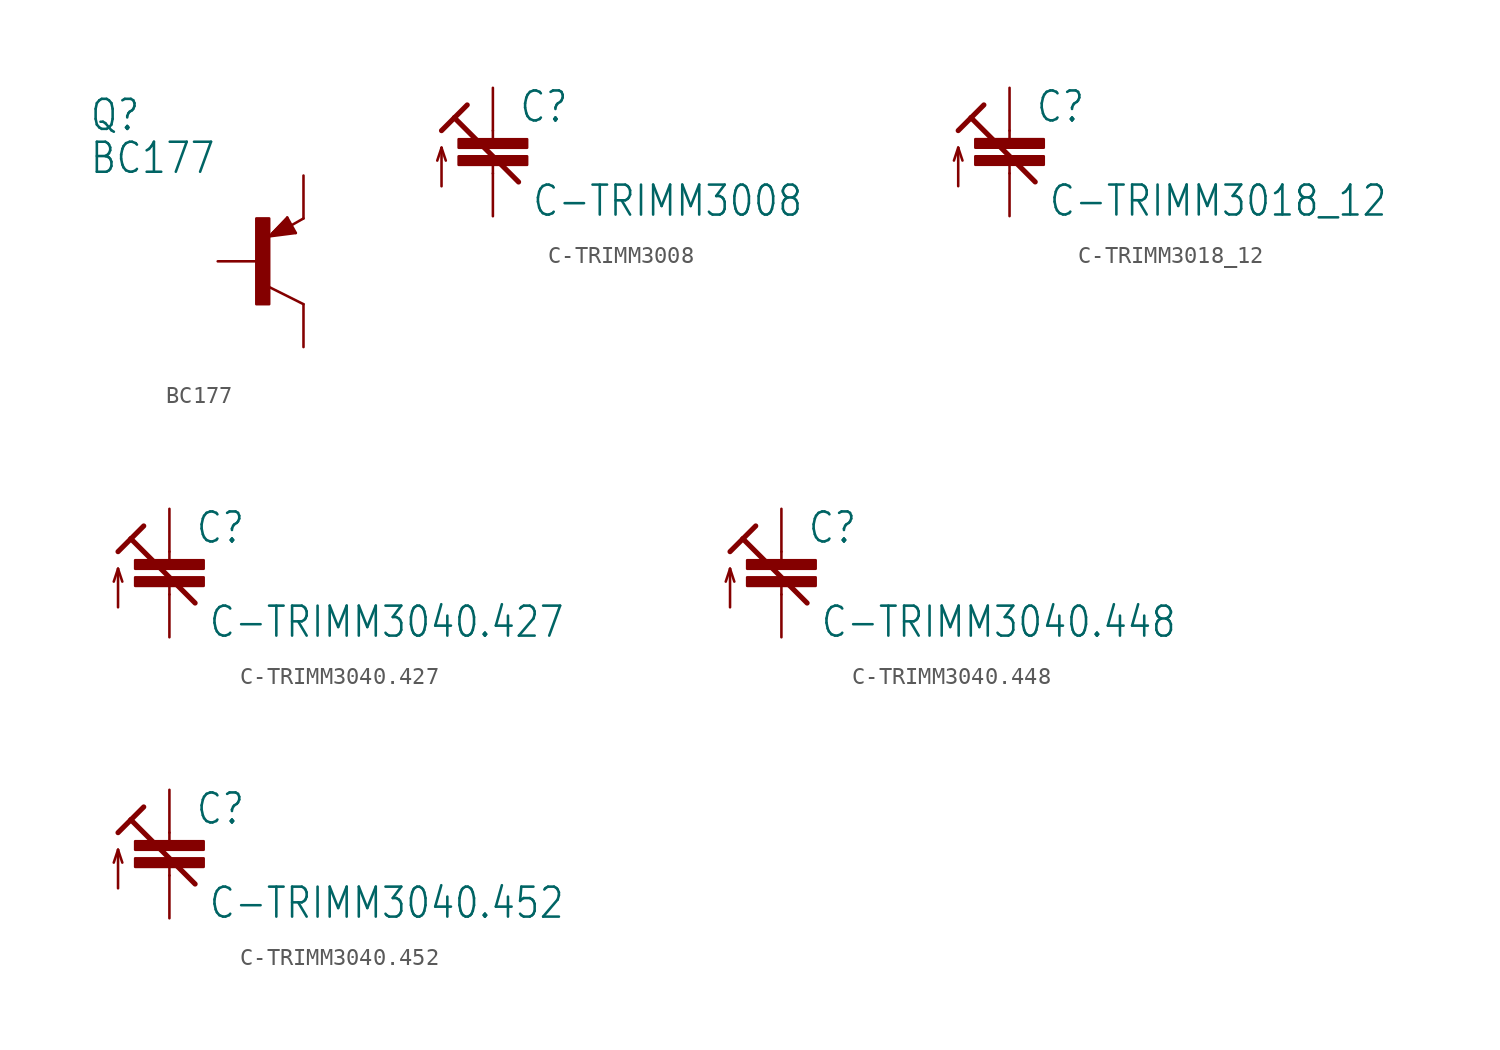
<source format=kicad_sym>
(kicad_symbol_lib
  (version 20220914)
  (generator kicad_symbol_editor)
  (symbol "BC177"
    (property "Reference" "Q"
      (at -10.16 7.62 0)
      (effects (font (size 1.778 1.511)) (justify left bottom)))
    (property "Value" "BC177"
      (at -10.16 5.08 0)
      (effects (font (size 1.778 1.511)) (justify left bottom)))
    (property "ki_locked" ""
      (at 0 0 0)
      (effects (font (size 1.27 1.27))))
    (symbol "BC177_1_0"
      (rectangle (start -0.254 -2.54) (end 0.508 2.54) (stroke (width 0) (type default)) (fill (type outline)))
      (polyline (pts (xy 0.516 1.478) (xy 2.086 1.678)) (stroke (width 0.152) (type default)) (fill (type none)))
      (polyline (pts (xy 0.762 1.651) (xy 1.778 1.778)) (stroke (width 0.254) (type default)) (fill (type none)))
      (polyline (pts (xy 1.143 1.905) (xy 1.524 1.905)) (stroke (width 0.254) (type default)) (fill (type none)))
      (polyline (pts (xy 1.524 2.159) (xy 1.143 1.905)) (stroke (width 0.254) (type default)) (fill (type none)))
      (polyline (pts (xy 1.524 2.413) (xy 0.762 1.651)) (stroke (width 0.254) (type default)) (fill (type none)))
      (polyline (pts (xy 1.578 2.594) (xy 0.516 1.478)) (stroke (width 0.152) (type default)) (fill (type none)))
      (polyline (pts (xy 1.778 1.778) (xy 1.524 2.159)) (stroke (width 0.254) (type default)) (fill (type none)))
      (polyline (pts (xy 1.905 1.778) (xy 1.524 2.413)) (stroke (width 0.254) (type default)) (fill (type none)))
      (polyline (pts (xy 2.086 1.678) (xy 1.578 2.594)) (stroke (width 0.152) (type default)) (fill (type none)))
      (polyline (pts (xy 2.54 -2.54) (xy 0.508 -1.524)) (stroke (width 0.152) (type default)) (fill (type none)))
      (polyline (pts (xy 2.54 2.54) (xy 1.808 2.124)) (stroke (width 0.152) (type default)) (fill (type none)))
      (pin passive line (at 2.54 5.08 270) (length 2.54) (name "E" (effects (font (size 0 0)))) (number "1" (effects (font (size 0 0)))))
      (pin passive line (at -2.54 0 0) (length 2.54) (name "B" (effects (font (size 0 0)))) (number "2" (effects (font (size 0 0)))))
      (pin passive line (at 2.54 -5.08 90) (length 2.54) (name "C" (effects (font (size 0 0)))) (number "3" (effects (font (size 0 0)))))))
  (symbol "C-TRIMM3008"
    (property "Reference" "C"
      (at 1.524 0.381 0)
      (effects (font (size 1.778 1.511)) (justify left bottom)))
    (property "Value" "C-TRIMM3008"
      (at 2.286 -5.207 0)
      (effects (font (size 1.778 1.511)) (justify left bottom)))
    (property "ki_locked" ""
      (at 0 0 0)
      (effects (font (size 1.27 1.27))))
    (symbol "C-TRIMM3008_1_0"
      (rectangle (start -2.032 -2.032) (end 2.032 -1.524) (stroke (width 0) (type default)) (fill (type outline)))
      (rectangle (start -2.032 -1.016) (end 2.032 -0.508) (stroke (width 0) (type default)) (fill (type outline)))
      (polyline (pts (xy -3.048 -3.302) (xy -3.048 -1.016)) (stroke (width 0.152) (type default)) (fill (type none)))
      (polyline (pts (xy -3.048 -1.016) (xy -3.302 -1.778)) (stroke (width 0.152) (type default)) (fill (type none)))
      (polyline (pts (xy -3.048 -1.016) (xy -2.794 -1.778)) (stroke (width 0.152) (type default)) (fill (type none)))
      (polyline (pts (xy -3.048 0) (xy -2.286 0.762)) (stroke (width 0.305) (type default)) (fill (type none)))
      (polyline (pts (xy -2.286 0.762) (xy -1.524 1.524)) (stroke (width 0.305) (type default)) (fill (type none)))
      (polyline (pts (xy 0 -2.54) (xy 0 -2.032)) (stroke (width 0.152) (type default)) (fill (type none)))
      (polyline (pts (xy 0 0) (xy 0 -0.508)) (stroke (width 0.152) (type default)) (fill (type none)))
      (polyline (pts (xy 1.524 -3.048) (xy -2.286 0.762)) (stroke (width 0.305) (type default)) (fill (type none)))
      (pin passive line (at 0 2.54 270) (length 2.54) (name "E" (effects (font (size 0 0)))) (number "+" (effects (font (size 0 0)))))
      (pin passive line (at 0 -5.08 90) (length 2.54) (name "A" (effects (font (size 0 0)))) (number "-" (effects (font (size 0 0)))))))
  (symbol "C-TRIMM3018_12"
    (property "Reference" "C"
      (at 1.524 0.381 0)
      (effects (font (size 1.778 1.511)) (justify left bottom)))
    (property "Value" "C-TRIMM3018_12"
      (at 2.286 -5.207 0)
      (effects (font (size 1.778 1.511)) (justify left bottom)))
    (property "ki_locked" ""
      (at 0 0 0)
      (effects (font (size 1.27 1.27))))
    (symbol "C-TRIMM3018_12_1_0"
      (rectangle (start -2.032 -2.032) (end 2.032 -1.524) (stroke (width 0) (type default)) (fill (type outline)))
      (rectangle (start -2.032 -1.016) (end 2.032 -0.508) (stroke (width 0) (type default)) (fill (type outline)))
      (polyline (pts (xy -3.048 -3.302) (xy -3.048 -1.016)) (stroke (width 0.152) (type default)) (fill (type none)))
      (polyline (pts (xy -3.048 -1.016) (xy -3.302 -1.778)) (stroke (width 0.152) (type default)) (fill (type none)))
      (polyline (pts (xy -3.048 -1.016) (xy -2.794 -1.778)) (stroke (width 0.152) (type default)) (fill (type none)))
      (polyline (pts (xy -3.048 0) (xy -2.286 0.762)) (stroke (width 0.305) (type default)) (fill (type none)))
      (polyline (pts (xy -2.286 0.762) (xy -1.524 1.524)) (stroke (width 0.305) (type default)) (fill (type none)))
      (polyline (pts (xy 0 -2.54) (xy 0 -2.032)) (stroke (width 0.152) (type default)) (fill (type none)))
      (polyline (pts (xy 0 0) (xy 0 -0.508)) (stroke (width 0.152) (type default)) (fill (type none)))
      (polyline (pts (xy 1.524 -3.048) (xy -2.286 0.762)) (stroke (width 0.305) (type default)) (fill (type none)))
      (pin passive line (at 0 2.54 270) (length 2.54) (name "E" (effects (font (size 0 0)))) (number "+" (effects (font (size 0 0)))))
      (pin passive line (at 0 -5.08 90) (length 2.54) (name "A" (effects (font (size 0 0)))) (number "-" (effects (font (size 0 0)))))))
  (symbol "C-TRIMM3040.427"
    (property "Reference" "C"
      (at 1.524 0.381 0)
      (effects (font (size 1.778 1.511)) (justify left bottom)))
    (property "Value" "C-TRIMM3040.427"
      (at 2.286 -5.207 0)
      (effects (font (size 1.778 1.511)) (justify left bottom)))
    (property "ki_locked" ""
      (at 0 0 0)
      (effects (font (size 1.27 1.27))))
    (symbol "C-TRIMM3040.427_1_0"
      (rectangle (start -2.032 -2.032) (end 2.032 -1.524) (stroke (width 0) (type default)) (fill (type outline)))
      (rectangle (start -2.032 -1.016) (end 2.032 -0.508) (stroke (width 0) (type default)) (fill (type outline)))
      (polyline (pts (xy -3.048 -3.302) (xy -3.048 -1.016)) (stroke (width 0.152) (type default)) (fill (type none)))
      (polyline (pts (xy -3.048 -1.016) (xy -3.302 -1.778)) (stroke (width 0.152) (type default)) (fill (type none)))
      (polyline (pts (xy -3.048 -1.016) (xy -2.794 -1.778)) (stroke (width 0.152) (type default)) (fill (type none)))
      (polyline (pts (xy -3.048 0) (xy -2.286 0.762)) (stroke (width 0.305) (type default)) (fill (type none)))
      (polyline (pts (xy -2.286 0.762) (xy -1.524 1.524)) (stroke (width 0.305) (type default)) (fill (type none)))
      (polyline (pts (xy 0 -2.54) (xy 0 -2.032)) (stroke (width 0.152) (type default)) (fill (type none)))
      (polyline (pts (xy 0 0) (xy 0 -0.508)) (stroke (width 0.152) (type default)) (fill (type none)))
      (polyline (pts (xy 1.524 -3.048) (xy -2.286 0.762)) (stroke (width 0.305) (type default)) (fill (type none)))
      (pin passive line (at 0 2.54 270) (length 2.54) (name "E" (effects (font (size 0 0)))) (number "1A" (effects (font (size 0 0)))))
      (pin passive line (at 0 -5.08 90) (length 2.54) (name "A" (effects (font (size 0 0)))) (number "2" (effects (font (size 0 0)))))))
  (symbol "C-TRIMM3040.448"
    (property "Reference" "C"
      (at 1.524 0.381 0)
      (effects (font (size 1.778 1.511)) (justify left bottom)))
    (property "Value" "C-TRIMM3040.448"
      (at 2.286 -5.207 0)
      (effects (font (size 1.778 1.511)) (justify left bottom)))
    (property "ki_locked" ""
      (at 0 0 0)
      (effects (font (size 1.27 1.27))))
    (symbol "C-TRIMM3040.448_1_0"
      (rectangle (start -2.032 -2.032) (end 2.032 -1.524) (stroke (width 0) (type default)) (fill (type outline)))
      (rectangle (start -2.032 -1.016) (end 2.032 -0.508) (stroke (width 0) (type default)) (fill (type outline)))
      (polyline (pts (xy -3.048 -3.302) (xy -3.048 -1.016)) (stroke (width 0.152) (type default)) (fill (type none)))
      (polyline (pts (xy -3.048 -1.016) (xy -3.302 -1.778)) (stroke (width 0.152) (type default)) (fill (type none)))
      (polyline (pts (xy -3.048 -1.016) (xy -2.794 -1.778)) (stroke (width 0.152) (type default)) (fill (type none)))
      (polyline (pts (xy -3.048 0) (xy -2.286 0.762)) (stroke (width 0.305) (type default)) (fill (type none)))
      (polyline (pts (xy -2.286 0.762) (xy -1.524 1.524)) (stroke (width 0.305) (type default)) (fill (type none)))
      (polyline (pts (xy 0 -2.54) (xy 0 -2.032)) (stroke (width 0.152) (type default)) (fill (type none)))
      (polyline (pts (xy 0 0) (xy 0 -0.508)) (stroke (width 0.152) (type default)) (fill (type none)))
      (polyline (pts (xy 1.524 -3.048) (xy -2.286 0.762)) (stroke (width 0.305) (type default)) (fill (type none)))
      (pin passive line (at 0 2.54 270) (length 2.54) (name "E" (effects (font (size 0 0)))) (number "1A" (effects (font (size 0 0)))))
      (pin passive line (at 0 -5.08 90) (length 2.54) (name "A" (effects (font (size 0 0)))) (number "2" (effects (font (size 0 0)))))))
  (symbol "C-TRIMM3040.452"
    (property "Reference" "C"
      (at 1.524 0.381 0)
      (effects (font (size 1.778 1.511)) (justify left bottom)))
    (property "Value" "C-TRIMM3040.452"
      (at 2.286 -5.207 0)
      (effects (font (size 1.778 1.511)) (justify left bottom)))
    (property "ki_locked" ""
      (at 0 0 0)
      (effects (font (size 1.27 1.27))))
    (symbol "C-TRIMM3040.452_1_0"
      (rectangle (start -2.032 -2.032) (end 2.032 -1.524) (stroke (width 0) (type default)) (fill (type outline)))
      (rectangle (start -2.032 -1.016) (end 2.032 -0.508) (stroke (width 0) (type default)) (fill (type outline)))
      (polyline (pts (xy -3.048 -3.302) (xy -3.048 -1.016)) (stroke (width 0.152) (type default)) (fill (type none)))
      (polyline (pts (xy -3.048 -1.016) (xy -3.302 -1.778)) (stroke (width 0.152) (type default)) (fill (type none)))
      (polyline (pts (xy -3.048 -1.016) (xy -2.794 -1.778)) (stroke (width 0.152) (type default)) (fill (type none)))
      (polyline (pts (xy -3.048 0) (xy -2.286 0.762)) (stroke (width 0.305) (type default)) (fill (type none)))
      (polyline (pts (xy -2.286 0.762) (xy -1.524 1.524)) (stroke (width 0.305) (type default)) (fill (type none)))
      (polyline (pts (xy 0 -2.54) (xy 0 -2.032)) (stroke (width 0.152) (type default)) (fill (type none)))
      (polyline (pts (xy 0 0) (xy 0 -0.508)) (stroke (width 0.152) (type default)) (fill (type none)))
      (polyline (pts (xy 1.524 -3.048) (xy -2.286 0.762)) (stroke (width 0.305) (type default)) (fill (type none)))
      (pin passive line (at 0 2.54 270) (length 2.54) (name "E" (effects (font (size 0 0)))) (number "1A" (effects (font (size 0 0)))))
      (pin passive line (at 0 -5.08 90) (length 2.54) (name "A" (effects (font (size 0 0)))) (number "2" (effects (font (size 0 0))))))))
</source>
